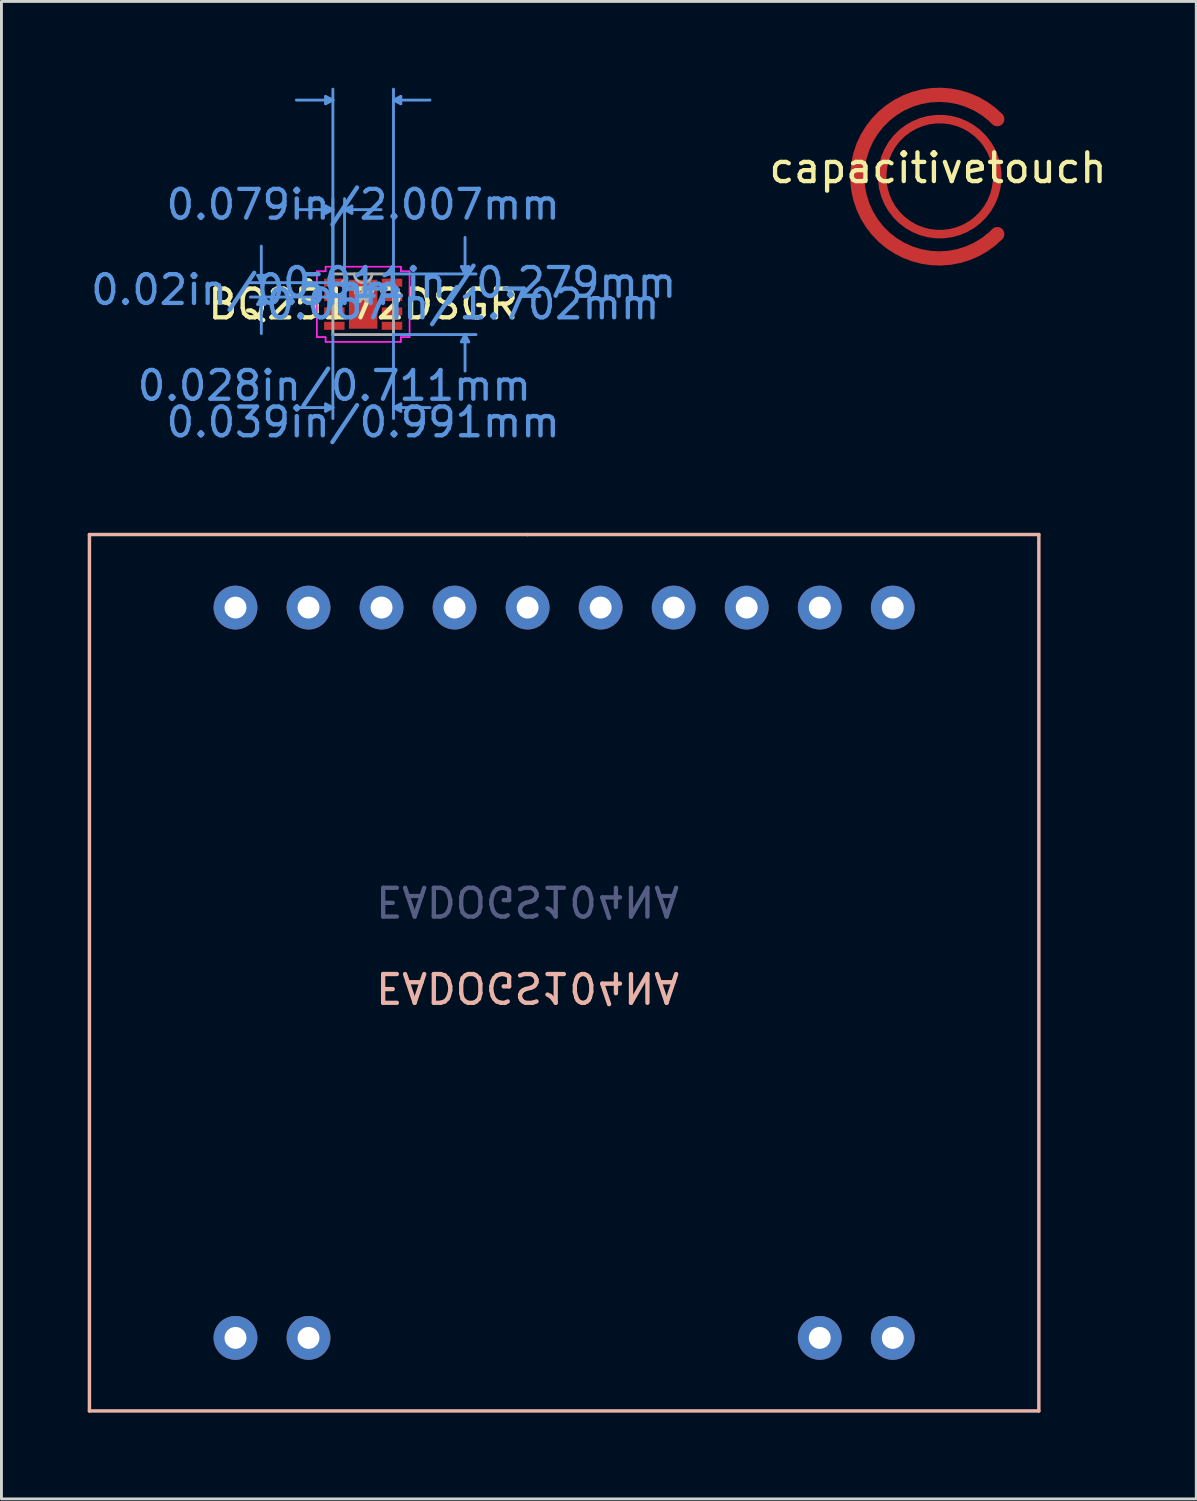
<source format=kicad_pcb>
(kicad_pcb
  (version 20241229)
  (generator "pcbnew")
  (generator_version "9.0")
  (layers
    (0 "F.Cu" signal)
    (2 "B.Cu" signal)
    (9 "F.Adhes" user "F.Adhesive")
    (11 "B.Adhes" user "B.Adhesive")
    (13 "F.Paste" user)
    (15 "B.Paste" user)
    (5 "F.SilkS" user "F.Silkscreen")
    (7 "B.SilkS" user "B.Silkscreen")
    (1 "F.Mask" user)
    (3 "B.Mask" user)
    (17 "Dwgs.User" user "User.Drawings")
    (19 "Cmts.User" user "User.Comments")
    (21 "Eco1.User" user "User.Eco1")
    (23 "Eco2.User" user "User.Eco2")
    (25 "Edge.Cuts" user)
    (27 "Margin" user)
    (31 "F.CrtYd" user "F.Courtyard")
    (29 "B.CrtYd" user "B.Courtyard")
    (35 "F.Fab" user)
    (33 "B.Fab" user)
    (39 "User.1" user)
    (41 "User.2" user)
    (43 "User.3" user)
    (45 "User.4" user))
  (footprint "EADOGS104NA"
    (layer "F.Cu")
    (at 15.3 33.321)
    (property "Reference" "EADOGS104NA" (at 0 -2.04 180) (unlocked yes) (layer "B.SilkS") (effects (font (size 1 1) (thickness 0.15)) (justify mirror)))
    (attr through_hole)
    (fp_line (start -15.24 -17.78) (end -15.24 12.7) (stroke (width 0.12) (type solid)) (layer "B.SilkS"))
    (fp_line (start -15.24 12.7) (end 17.78 12.7) (stroke (width 0.12) (type solid)) (layer "B.SilkS"))
    (fp_line (start 0 -17.78) (end -15.24 -17.78) (stroke (width 0.12) (type solid)) (layer "B.SilkS"))
    (fp_line (start 17.78 -17.78) (end 0 -17.78) (stroke (width 0.12) (type solid)) (layer "B.SilkS"))
    (fp_line (start 17.78 12.7) (end 17.78 -17.78) (stroke (width 0.12) (type solid)) (layer "B.SilkS"))
    (fp_text user "${REFERENCE}" (at 0 -5.04 180) (unlocked yes) (layer "B.Fab") (effects (font (size 1 1) (thickness 0.15)) (justify mirror)))
    (pad "1" thru_hole circle (at -10.16 10.16 180) (size 1.524 1.524) (drill 0.762) (layers "*.Cu" "*.Mask"))
    (pad "2" thru_hole circle (at -7.62 10.16 180) (size 1.524 1.524) (drill 0.762) (layers "*.Cu" "*.Mask"))
    (pad "9" thru_hole circle (at 10.16 10.16 180) (size 1.524 1.524) (drill 0.762) (layers "*.Cu" "*.Mask"))
    (pad "10" thru_hole circle (at 12.7 10.16 180) (size 1.524 1.524) (drill 0.762) (layers "*.Cu" "*.Mask"))
    (pad "11" thru_hole circle (at 12.7 -15.24 180) (size 1.524 1.524) (drill 0.762) (layers "*.Cu" "*.Mask"))
    (pad "12" thru_hole circle (at 10.16 -15.24 180) (size 1.524 1.524) (drill 0.762) (layers "*.Cu" "*.Mask"))
    (pad "13" thru_hole circle (at 7.62 -15.24 180) (size 1.524 1.524) (drill 0.762) (layers "*.Cu" "*.Mask"))
    (pad "14" thru_hole circle (at 5.08 -15.24 180) (size 1.524 1.524) (drill 0.762) (layers "*.Cu" "*.Mask"))
    (pad "15" thru_hole circle (at 2.54 -15.24 180) (size 1.524 1.524) (drill 0.762) (layers "*.Cu" "*.Mask"))
    (pad "16" thru_hole circle (at 0 -15.24 180) (size 1.524 1.524) (drill 0.762) (layers "*.Cu" "*.Mask"))
    (pad "17" thru_hole circle (at -2.54 -15.24 180) (size 1.524 1.524) (drill 0.762) (layers "*.Cu" "*.Mask"))
    (pad "18" thru_hole circle (at -5.08 -15.24 180) (size 1.524 1.524) (drill 0.762) (layers "*.Cu" "*.Mask"))
    (pad "19" thru_hole circle (at -7.62 -15.24 180) (size 1.524 1.524) (drill 0.762) (layers "*.Cu" "*.Mask"))
    (pad "20" thru_hole circle (at -10.16 -15.24 180) (size 1.524 1.524) (drill 0.762) (layers "*.Cu" "*.Mask")))
  (footprint "capacitivetouch"
    (layer "F.Cu")
    (at 29.633 3.093)
    (property "Reference" "capacitivetouch" (at -0.06 -0.3 0) (unlocked yes) (layer "F.SilkS") (effects (font (size 1 1) (thickness 0.15))))
    (attr smd)
    (pad "Rx" smd custom (at 1.99 0.02 180) (size 0.24 0.46) (layers "F.Cu" "F.Mask" "F.Paste") (options (anchor rect)) (primitives (gr_line (start -0.04 0.05) (end 0.03 0.45) (width 0.2)) (gr_circle (center 1.99 0.02) (end -0.01 0.02) (width 0.3) (fill no))))
    (pad "Tx" smd custom (at -2.855 0.025 180) (size 0.35 0.45) (layers "F.Cu" "F.Mask" "F.Paste") (options (anchor rect)) (primitives (gr_line (start -0.105 0.505) (end -0.005 -0.025) (width 0.2)) (gr_arc (start -4.855 -1.975) (mid 0.009408 0.025) (end -4.855 2.025) (width 0.5)))))
  (footprint "BQ25172DSGR"
    (layer "F.Cu")
    (at 9.581 7.531)
    (property "Reference" "BQ25172DSGR" (at 0 0 0) (layer "F.SilkS") (effects (font (size 1 1) (thickness 0.15))))
    (attr through_hole)
    (fp_circle (center -1.91 -0.75) (end -1.808 -0.75) (stroke (width 0.12) (type solid)) (fill no) (layer "F.SilkS"))
    (fp_line (start -3.67 -1.004) (end -3.416 -1.004) (stroke (width 0.1) (type solid)) (layer "Cmts.User"))
    (fp_line (start -3.67 0.004) (end -3.416 0.004) (stroke (width 0.1) (type solid)) (layer "Cmts.User"))
    (fp_line (start -3.543 -0.75) (end -3.67 -1.004) (stroke (width 0.1) (type solid)) (layer "Cmts.User"))
    (fp_line (start -3.543 -0.75) (end -3.543 -2.02) (stroke (width 0.1) (type solid)) (layer "Cmts.User"))
    (fp_line (start -3.543 -0.75) (end -3.416 -1.004) (stroke (width 0.1) (type solid)) (layer "Cmts.User"))
    (fp_line (start -3.543 -0.25) (end -3.67 0.004) (stroke (width 0.1) (type solid)) (layer "Cmts.User"))
    (fp_line (start -3.543 -0.25) (end -3.543 1.02) (stroke (width 0.1) (type solid)) (layer "Cmts.User"))
    (fp_line (start -3.543 -0.25) (end -3.416 0.004) (stroke (width 0.1) (type solid)) (layer "Cmts.User"))
    (fp_line (start -1.308 -7.227) (end -1.308 -6.973) (stroke (width 0.1) (type solid)) (layer "Cmts.User"))
    (fp_line (start -1.308 -3.417) (end -1.308 -3.163) (stroke (width 0.1) (type solid)) (layer "Cmts.User"))
    (fp_line (start -1.308 3.467) (end -1.308 3.721) (stroke (width 0.1) (type solid)) (layer "Cmts.User"))
    (fp_line (start -1.054 -7.1) (end -2.324 -7.1) (stroke (width 0.1) (type solid)) (layer "Cmts.User"))
    (fp_line (start -1.054 -7.1) (end -1.308 -7.227) (stroke (width 0.1) (type solid)) (layer "Cmts.User"))
    (fp_line (start -1.054 -7.1) (end -1.308 -6.973) (stroke (width 0.1) (type solid)) (layer "Cmts.User"))
    (fp_line (start -1.054 -3.29) (end -2.324 -3.29) (stroke (width 0.1) (type solid)) (layer "Cmts.User"))
    (fp_line (start -1.054 -3.29) (end -1.308 -3.417) (stroke (width 0.1) (type solid)) (layer "Cmts.User"))
    (fp_line (start -1.054 -3.29) (end -1.308 -3.163) (stroke (width 0.1) (type solid)) (layer "Cmts.User"))
    (fp_line (start -1.054 -0.75) (end -1.054 -7.481) (stroke (width 0.1) (type solid)) (layer "Cmts.User"))
    (fp_line (start -1.054 -0.75) (end -1.054 -3.671) (stroke (width 0.1) (type solid)) (layer "Cmts.User"))
    (fp_line (start -1.054 1.054) (end -1.054 3.975) (stroke (width 0.1) (type solid)) (layer "Cmts.User"))
    (fp_line (start -1.054 3.594) (end -2.324 3.594) (stroke (width 0.1) (type solid)) (layer "Cmts.User"))
    (fp_line (start -1.054 3.594) (end -1.308 3.467) (stroke (width 0.1) (type solid)) (layer "Cmts.User"))
    (fp_line (start -1.054 3.594) (end -1.308 3.721) (stroke (width 0.1) (type solid)) (layer "Cmts.User"))
    (fp_line (start -1.003 -0.75) (end -3.924 -0.75) (stroke (width 0.1) (type solid)) (layer "Cmts.User"))
    (fp_line (start -1.003 -0.25) (end -3.924 -0.25) (stroke (width 0.1) (type solid)) (layer "Cmts.User"))
    (fp_line (start -0.648 -3.29) (end -0.394 -3.417) (stroke (width 0.1) (type solid)) (layer "Cmts.User"))
    (fp_line (start -0.648 -3.29) (end -0.394 -3.163) (stroke (width 0.1) (type solid)) (layer "Cmts.User"))
    (fp_line (start -0.648 -3.29) (end 0.622 -3.29) (stroke (width 0.1) (type solid)) (layer "Cmts.User"))
    (fp_line (start -0.648 -0.75) (end -0.648 -3.671) (stroke (width 0.1) (type solid)) (layer "Cmts.User"))
    (fp_line (start -0.394 -3.417) (end -0.394 -3.163) (stroke (width 0.1) (type solid)) (layer "Cmts.User"))
    (fp_line (start 1.054 -7.1) (end 1.308 -7.227) (stroke (width 0.1) (type solid)) (layer "Cmts.User"))
    (fp_line (start 1.054 -7.1) (end 1.308 -6.973) (stroke (width 0.1) (type solid)) (layer "Cmts.User"))
    (fp_line (start 1.054 -7.1) (end 2.324 -7.1) (stroke (width 0.1) (type solid)) (layer "Cmts.User"))
    (fp_line (start 1.054 -1.054) (end 3.924 -1.054) (stroke (width 0.1) (type solid)) (layer "Cmts.User"))
    (fp_line (start 1.054 -0.75) (end 1.054 -7.481) (stroke (width 0.1) (type solid)) (layer "Cmts.User"))
    (fp_line (start 1.054 1.054) (end 1.054 3.975) (stroke (width 0.1) (type solid)) (layer "Cmts.User"))
    (fp_line (start 1.054 1.054) (end 3.924 1.054) (stroke (width 0.1) (type solid)) (layer "Cmts.User"))
    (fp_line (start 1.054 3.594) (end 1.308 3.467) (stroke (width 0.1) (type solid)) (layer "Cmts.User"))
    (fp_line (start 1.054 3.594) (end 1.308 3.721) (stroke (width 0.1) (type solid)) (layer "Cmts.User"))
    (fp_line (start 1.054 3.594) (end 2.324 3.594) (stroke (width 0.1) (type solid)) (layer "Cmts.User"))
    (fp_line (start 1.308 -7.227) (end 1.308 -6.973) (stroke (width 0.1) (type solid)) (layer "Cmts.User"))
    (fp_line (start 1.308 3.467) (end 1.308 3.721) (stroke (width 0.1) (type solid)) (layer "Cmts.User"))
    (fp_line (start 3.416 -1.308) (end 3.67 -1.308) (stroke (width 0.1) (type solid)) (layer "Cmts.User"))
    (fp_line (start 3.416 1.308) (end 3.67 1.308) (stroke (width 0.1) (type solid)) (layer "Cmts.User"))
    (fp_line (start 3.543 -1.054) (end 3.416 -1.308) (stroke (width 0.1) (type solid)) (layer "Cmts.User"))
    (fp_line (start 3.543 -1.054) (end 3.543 -2.324) (stroke (width 0.1) (type solid)) (layer "Cmts.User"))
    (fp_line (start 3.543 -1.054) (end 3.67 -1.308) (stroke (width 0.1) (type solid)) (layer "Cmts.User"))
    (fp_line (start 3.543 1.054) (end 3.416 1.308) (stroke (width 0.1) (type solid)) (layer "Cmts.User"))
    (fp_line (start 3.543 1.054) (end 3.543 2.324) (stroke (width 0.1) (type solid)) (layer "Cmts.User"))
    (fp_line (start 3.543 1.054) (end 3.67 1.308) (stroke (width 0.1) (type solid)) (layer "Cmts.User"))
    (fp_line (start -1.613 -1.144) (end -1.308 -1.144) (stroke (width 0.05) (type solid)) (layer "F.CrtYd"))
    (fp_line (start -1.613 -1.144) (end -1.308 -1.144) (stroke (width 0.05) (type solid)) (layer "F.CrtYd"))
    (fp_line (start -1.613 1.144) (end -1.613 -1.144) (stroke (width 0.05) (type solid)) (layer "F.CrtYd"))
    (fp_line (start -1.613 1.144) (end -1.613 -1.144) (stroke (width 0.05) (type solid)) (layer "F.CrtYd"))
    (fp_line (start -1.613 1.144) (end -1.308 1.144) (stroke (width 0.05) (type solid)) (layer "F.CrtYd"))
    (fp_line (start -1.308 -1.308) (end 1.308 -1.308) (stroke (width 0.05) (type solid)) (layer "F.CrtYd"))
    (fp_line (start -1.308 -1.308) (end 1.308 -1.308) (stroke (width 0.05) (type solid)) (layer "F.CrtYd"))
    (fp_line (start -1.308 -1.144) (end -1.308 -1.308) (stroke (width 0.05) (type solid)) (layer "F.CrtYd"))
    (fp_line (start -1.308 -1.144) (end -1.308 -1.308) (stroke (width 0.05) (type solid)) (layer "F.CrtYd"))
    (fp_line (start -1.308 1.144) (end -1.613 1.144) (stroke (width 0.05) (type solid)) (layer "F.CrtYd"))
    (fp_line (start -1.308 1.308) (end -1.308 1.144) (stroke (width 0.05) (type solid)) (layer "F.CrtYd"))
    (fp_line (start -1.308 1.308) (end -1.308 1.144) (stroke (width 0.05) (type solid)) (layer "F.CrtYd"))
    (fp_line (start 1.308 -1.308) (end 1.308 -1.144) (stroke (width 0.05) (type solid)) (layer "F.CrtYd"))
    (fp_line (start 1.308 -1.308) (end 1.308 -1.144) (stroke (width 0.05) (type solid)) (layer "F.CrtYd"))
    (fp_line (start 1.308 -1.144) (end 1.613 -1.144) (stroke (width 0.05) (type solid)) (layer "F.CrtYd"))
    (fp_line (start 1.308 1.144) (end 1.308 1.308) (stroke (width 0.05) (type solid)) (layer "F.CrtYd"))
    (fp_line (start 1.308 1.144) (end 1.308 1.308) (stroke (width 0.05) (type solid)) (layer "F.CrtYd"))
    (fp_line (start 1.308 1.308) (end -1.308 1.308) (stroke (width 0.05) (type solid)) (layer "F.CrtYd"))
    (fp_line (start 1.308 1.308) (end -1.308 1.308) (stroke (width 0.05) (type solid)) (layer "F.CrtYd"))
    (fp_line (start 1.613 -1.144) (end 1.308 -1.144) (stroke (width 0.05) (type solid)) (layer "F.CrtYd"))
    (fp_line (start 1.613 -1.144) (end 1.613 1.144) (stroke (width 0.05) (type solid)) (layer "F.CrtYd"))
    (fp_line (start 1.613 -1.144) (end 1.613 1.144) (stroke (width 0.05) (type solid)) (layer "F.CrtYd"))
    (fp_line (start 1.613 1.144) (end 1.308 1.144) (stroke (width 0.05) (type solid)) (layer "F.CrtYd"))
    (fp_line (start 1.613 1.144) (end 1.308 1.144) (stroke (width 0.05) (type solid)) (layer "F.CrtYd"))
    (fp_line (start -1.054 -1.054) (end -1.054 1.054) (stroke (width 0.1) (type solid)) (layer "F.Fab"))
    (fp_line (start -1.054 1.054) (end 1.054 1.054) (stroke (width 0.1) (type solid)) (layer "F.Fab"))
    (fp_line (start 1.054 -1.054) (end -1.054 -1.054) (stroke (width 0.1) (type solid)) (layer "F.Fab"))
    (fp_line (start 1.054 1.054) (end 1.054 -1.054) (stroke (width 0.1) (type solid)) (layer "F.Fab"))
    (fp_arc (start 0.3048 -1.0541) (mid 0 -0.7493) (end -0.3048 -1.0541) (stroke (width 0.1) (type solid)) (layer "F.Fab"))
    (fp_circle (center -0.648 -0.75) (end -0.572 -0.75) (stroke (width 0.1) (type solid)) (fill no) (layer "F.Fab"))
    (fp_text user "*" (at 0 0 0) (layer "F.SilkS") (effects (font (size 1 1) (thickness 0.15))))
    (fp_text user "0.079in/2.007mm" (at 0 -3.467 0) (layer "Cmts.User") (effects (font (size 1 1) (thickness 0.15))))
    (fp_text user "Copyright 2021 Accelerated Designs. All rights reserved." (at 0 0 0) (layer "Cmts.User") (effects (font (size 0.127 0.127) (thickness 0.002))))
    (fp_text user "0.039in/0.991mm" (at 0 4.102 0) (layer "Cmts.User") (effects (font (size 1 1) (thickness 0.15))))
    (fp_text user "0.011in/0.279mm" (at 4.051 -0.75 0) (layer "Cmts.User") (effects (font (size 1 1) (thickness 0.15))))
    (fp_text user "0.067in/1.702mm" (at 3.467 0 0) (layer "Cmts.User") (effects (font (size 1 1) (thickness 0.15))))
    (fp_text user "0.02in/0.5mm" (at -4.051 -0.5 0) (layer "Cmts.User") (effects (font (size 1 1) (thickness 0.15))))
    (fp_text user "0.028in/0.711mm" (at -1.003 2.832 0) (layer "Cmts.User") (effects (font (size 1 1) (thickness 0.15))))
    (fp_text user "*" (at 0 0 0) (layer "F.Fab") (effects (font (size 1 1) (thickness 0.15))))
    (pad "1" smd rect (at -1.003 -0.75) (size 0.711 0.279) (layers "F.Cu" "F.Mask" "F.Paste"))
    (pad "2" smd rect (at -1.003 -0.25) (size 0.711 0.279) (layers "F.Cu" "F.Mask" "F.Paste"))
    (pad "3" smd rect (at -1.003 0.25) (size 0.711 0.279) (layers "F.Cu" "F.Mask" "F.Paste"))
    (pad "4" smd rect (at -1.003 0.75) (size 0.711 0.279) (layers "F.Cu" "F.Mask" "F.Paste"))
    (pad "5" smd rect (at 1.003 0.75) (size 0.711 0.279) (layers "F.Cu" "F.Mask" "F.Paste"))
    (pad "6" smd rect (at 1.003 0.25) (size 0.711 0.279) (layers "F.Cu" "F.Mask" "F.Paste"))
    (pad "7" smd rect (at 1.003 -0.25) (size 0.711 0.279) (layers "F.Cu" "F.Mask" "F.Paste"))
    (pad "8" smd rect (at 1.003 -0.75) (size 0.711 0.279) (layers "F.Cu" "F.Mask" "F.Paste"))
    (pad "9" smd rect (at 0 0) (size 0.991 1.702) (layers "F.Cu" "F.Mask" "F.Paste")))
  (gr_rect
    (start -3 -3)
    (end 38.555 49.081)
    (stroke (width 0.1) (type default))
    (fill no)
    (layer "Edge.Cuts")))
</source>
